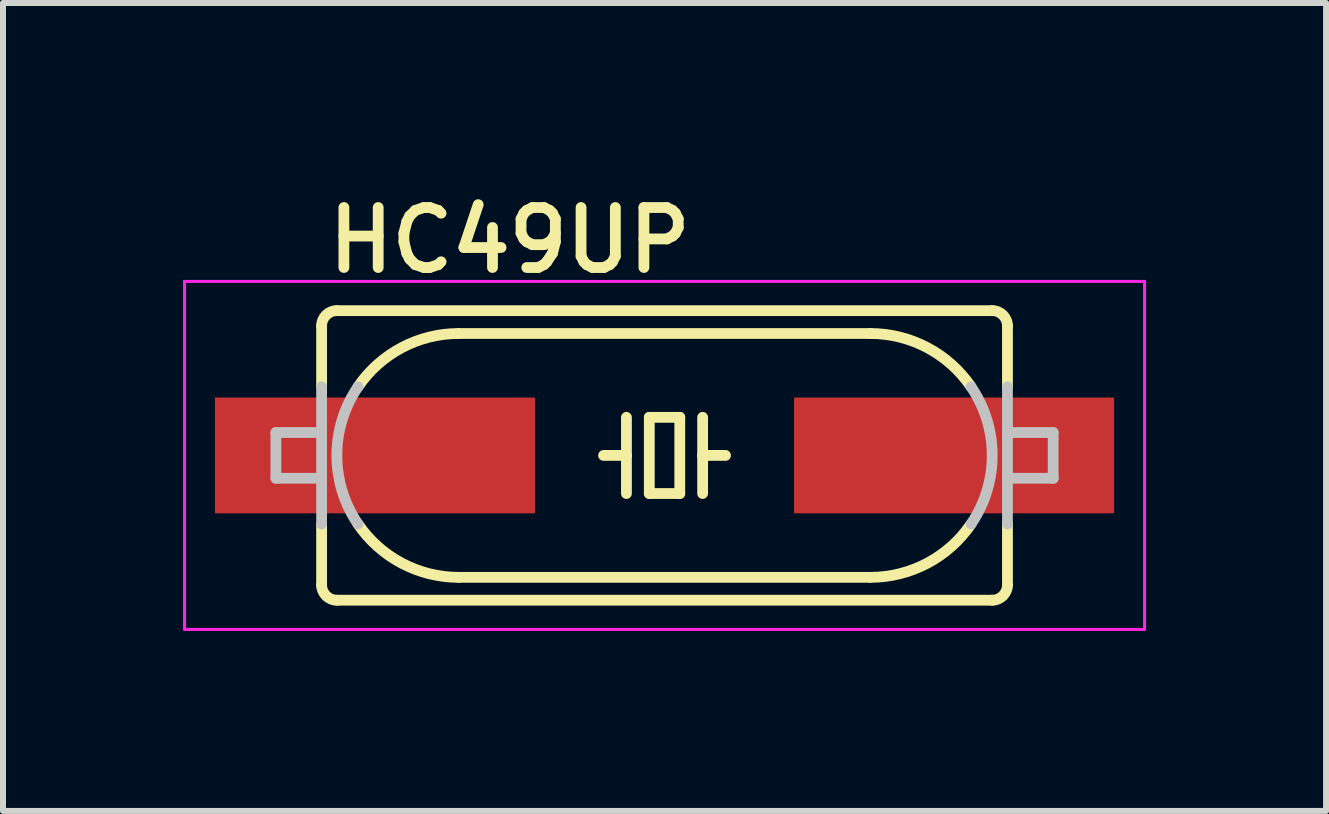
<source format=kicad_pcb>
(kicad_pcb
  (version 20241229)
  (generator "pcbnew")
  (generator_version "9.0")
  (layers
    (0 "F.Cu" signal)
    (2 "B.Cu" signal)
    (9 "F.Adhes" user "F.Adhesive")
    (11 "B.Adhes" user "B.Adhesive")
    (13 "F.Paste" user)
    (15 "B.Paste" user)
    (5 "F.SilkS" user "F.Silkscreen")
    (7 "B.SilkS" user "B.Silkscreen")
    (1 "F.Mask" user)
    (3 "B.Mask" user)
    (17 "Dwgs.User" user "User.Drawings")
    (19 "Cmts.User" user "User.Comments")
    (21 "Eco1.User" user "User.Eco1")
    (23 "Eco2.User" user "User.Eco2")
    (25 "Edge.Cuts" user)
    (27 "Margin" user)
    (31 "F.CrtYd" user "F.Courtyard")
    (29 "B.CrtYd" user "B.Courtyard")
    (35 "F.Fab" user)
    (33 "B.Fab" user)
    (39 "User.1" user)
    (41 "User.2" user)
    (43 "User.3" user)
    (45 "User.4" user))
  (footprint "HC49UP"
    (layer "F.Cu")
    (at 8.025 4.54)
    (property "Reference" "HC49UP" (at -5.7 -3 0) (layer "F.SilkS") (effects (font (size 1 1) (thickness 0.18)) (justify left bottom)))
    (attr through_hole)
    (fp_line (start -5.715 -1.143) (end -5.715 -2.159) (stroke (width 0.18) (type solid)) (layer "F.SilkS"))
    (fp_line (start -5.715 2.159) (end -5.715 1.143) (stroke (width 0.18) (type solid)) (layer "F.SilkS"))
    (fp_line (start -3.429 -2.032) (end 3.429 -2.032) (stroke (width 0.18) (type solid)) (layer "F.SilkS"))
    (fp_line (start -0.635 -0.635) (end -0.635 0) (stroke (width 0.18) (type solid)) (layer "F.SilkS"))
    (fp_line (start -0.635 0) (end -1.016 0) (stroke (width 0.18) (type solid)) (layer "F.SilkS"))
    (fp_line (start -0.635 0) (end -0.635 0.635) (stroke (width 0.18) (type solid)) (layer "F.SilkS"))
    (fp_line (start -0.254 -0.635) (end -0.254 0.635) (stroke (width 0.18) (type solid)) (layer "F.SilkS"))
    (fp_line (start -0.254 0.635) (end 0.254 0.635) (stroke (width 0.18) (type solid)) (layer "F.SilkS"))
    (fp_line (start 0.254 -0.635) (end -0.254 -0.635) (stroke (width 0.18) (type solid)) (layer "F.SilkS"))
    (fp_line (start 0.254 0.635) (end 0.254 -0.635) (stroke (width 0.18) (type solid)) (layer "F.SilkS"))
    (fp_line (start 0.635 -0.635) (end 0.635 0) (stroke (width 0.18) (type solid)) (layer "F.SilkS"))
    (fp_line (start 0.635 0) (end 0.635 0.635) (stroke (width 0.18) (type solid)) (layer "F.SilkS"))
    (fp_line (start 0.635 0) (end 1.016 0) (stroke (width 0.18) (type solid)) (layer "F.SilkS"))
    (fp_line (start 3.429 2.032) (end -3.429 2.032) (stroke (width 0.18) (type solid)) (layer "F.SilkS"))
    (fp_line (start 5.461 -2.413) (end -5.461 -2.413) (stroke (width 0.18) (type solid)) (layer "F.SilkS"))
    (fp_line (start 5.461 2.413) (end -5.461 2.413) (stroke (width 0.18) (type solid)) (layer "F.SilkS"))
    (fp_line (start 5.715 -1.143) (end 5.715 -2.159) (stroke (width 0.18) (type solid)) (layer "F.SilkS"))
    (fp_line (start 5.715 2.159) (end 5.715 1.143) (stroke (width 0.18) (type solid)) (layer "F.SilkS"))
    (fp_arc (start -5.715 -2.159) (mid -5.640605 -2.338605) (end -5.461 -2.413) (stroke (width 0.18) (type solid)) (layer "F.SilkS"))
    (fp_arc (start -5.461 2.413) (mid -5.640605 2.338605) (end -5.715 2.159) (stroke (width 0.18) (type solid)) (layer "F.SilkS"))
    (fp_arc (start -5.1091 -1.143) (mid -4.379417 -1.796107) (end -3.429 -2.032101) (stroke (width 0.18) (type solid)) (layer "F.SilkS"))
    (fp_arc (start -3.429 2.032001) (mid -4.379408 1.796063) (end -5.1091 1.143) (stroke (width 0.18) (type solid)) (layer "F.SilkS"))
    (fp_arc (start 3.429 -2.032) (mid 4.379408 -1.796062) (end 5.1091 -1.142999) (stroke (width 0.18) (type solid)) (layer "F.SilkS"))
    (fp_arc (start 5.109 1.142899) (mid 4.379368 1.795994) (end 3.429 2.032) (stroke (width 0.18) (type solid)) (layer "F.SilkS"))
    (fp_arc (start 5.461 -2.413) (mid 5.640605 -2.338605) (end 5.715 -2.159) (stroke (width 0.18) (type solid)) (layer "F.SilkS"))
    (fp_arc (start 5.715 2.159) (mid 5.640605 2.338605) (end 5.461 2.413) (stroke (width 0.18) (type solid)) (layer "F.SilkS"))
    (fp_line (start -6.477 0.381) (end -6.477 -0.381) (stroke (width 0.18) (type solid)) (layer "Dwgs.User"))
    (fp_line (start -5.715 -0.381) (end -6.477 -0.381) (stroke (width 0.18) (type solid)) (layer "Dwgs.User"))
    (fp_line (start -5.715 -0.381) (end -5.715 -1.143) (stroke (width 0.18) (type solid)) (layer "Dwgs.User"))
    (fp_line (start -5.715 0.381) (end -6.477 0.381) (stroke (width 0.18) (type solid)) (layer "Dwgs.User"))
    (fp_line (start -5.715 0.381) (end -5.715 -0.381) (stroke (width 0.18) (type solid)) (layer "Dwgs.User"))
    (fp_line (start -5.715 1.143) (end -5.715 0.381) (stroke (width 0.18) (type solid)) (layer "Dwgs.User"))
    (fp_line (start 5.715 -0.381) (end 6.477 -0.381) (stroke (width 0.18) (type solid)) (layer "Dwgs.User"))
    (fp_line (start 5.715 0.381) (end 6.477 0.381) (stroke (width 0.18) (type solid)) (layer "Dwgs.User"))
    (fp_line (start 5.715 1.143) (end 5.715 -1.143) (stroke (width 0.18) (type solid)) (layer "Dwgs.User"))
    (fp_line (start 6.477 0.381) (end 6.477 -0.381) (stroke (width 0.18) (type solid)) (layer "Dwgs.User"))
    (fp_arc (start -5.1091 1.143) (mid -5.46104 0) (end -5.1091 -1.143) (stroke (width 0.18) (type solid)) (layer "Dwgs.User"))
    (fp_arc (start 5.1091 -1.143) (mid 5.46104 0) (end 5.1091 1.143) (stroke (width 0.18) (type solid)) (layer "Dwgs.User"))
    (fp_line (start -8 -2.9) (end 8 -2.9) (stroke (width 0.05) (type solid)) (layer "F.CrtYd"))
    (fp_line (start -8 2.9) (end -8 -2.9) (stroke (width 0.05) (type solid)) (layer "F.CrtYd"))
    (fp_line (start 8 -2.9) (end 8 2.9) (stroke (width 0.05) (type solid)) (layer "F.CrtYd"))
    (fp_line (start 8 2.9) (end -8 2.9) (stroke (width 0.05) (type solid)) (layer "F.CrtYd"))
    (pad "1" smd rect (at -4.826 0) (size 5.334 1.93) (layers "F.Cu" "F.Mask" "F.Paste"))
    (pad "2" smd rect (at 4.826 0) (size 5.334 1.93) (layers "F.Cu" "F.Mask" "F.Paste")))
  (gr_rect
    (start -3 -3)
    (end 19.05 10.465)
    (stroke (width 0.1) (type default))
    (fill no)
    (layer "Edge.Cuts")))
</source>
